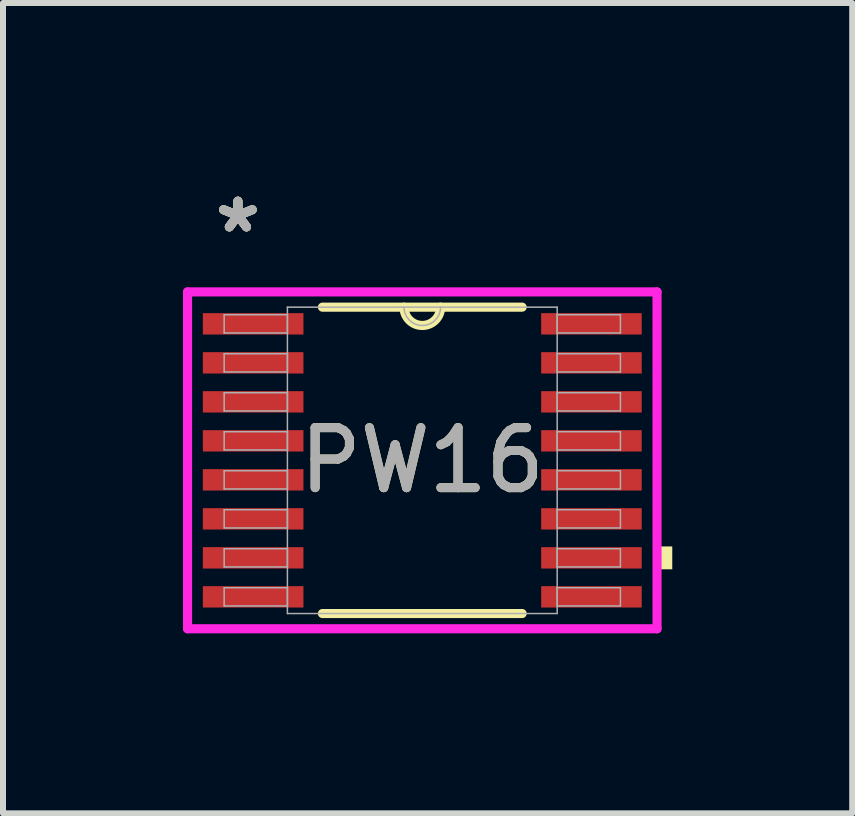
<source format=kicad_pcb>
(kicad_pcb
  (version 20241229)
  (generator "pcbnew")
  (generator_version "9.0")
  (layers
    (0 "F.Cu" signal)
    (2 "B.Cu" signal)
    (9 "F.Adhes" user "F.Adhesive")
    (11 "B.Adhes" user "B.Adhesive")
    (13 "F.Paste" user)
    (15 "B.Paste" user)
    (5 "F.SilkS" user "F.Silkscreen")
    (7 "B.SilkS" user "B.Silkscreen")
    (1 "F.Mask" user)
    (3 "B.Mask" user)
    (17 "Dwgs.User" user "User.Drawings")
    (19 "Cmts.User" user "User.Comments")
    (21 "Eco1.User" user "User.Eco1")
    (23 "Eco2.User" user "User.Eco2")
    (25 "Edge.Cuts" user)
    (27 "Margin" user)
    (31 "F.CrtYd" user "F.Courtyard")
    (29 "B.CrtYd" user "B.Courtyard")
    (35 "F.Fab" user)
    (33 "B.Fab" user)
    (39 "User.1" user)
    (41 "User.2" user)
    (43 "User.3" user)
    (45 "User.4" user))
  (footprint "PW16"
    (layer "F.Cu")
    (at 3.988 4.622)
    (property "Reference" "PW16" (at 0 0 0) (unlocked yes) (layer "F.SilkS") (effects (font (size 1 1) (thickness 0.15))))
    (attr smd)
    (fp_line (start -1.664 2.553) (end 1.664 2.553) (stroke (width 0.152) (type solid)) (layer "F.SilkS"))
    (fp_line (start 1.664 -2.553) (end -1.664 -2.553) (stroke (width 0.152) (type solid)) (layer "F.SilkS"))
    (fp_arc (start 0.3048 -2.5527) (mid 0 -2.2479) (end -0.3048 -2.5527) (stroke (width 0.1524) (type solid)) (layer "F.SilkS"))
    (fp_poly (pts (xy 4.166 1.435) (xy 4.166 1.816) (xy 3.912 1.816) (xy 3.912 1.435)) (stroke (width 0) (type solid)) (fill yes) (layer "F.SilkS"))
    (fp_line (start -3.912 -2.807) (end 3.912 -2.807) (stroke (width 0.152) (type solid)) (layer "F.CrtYd"))
    (fp_line (start -3.912 2.807) (end -3.912 -2.807) (stroke (width 0.152) (type solid)) (layer "F.CrtYd"))
    (fp_line (start 3.912 -2.807) (end 3.912 2.807) (stroke (width 0.152) (type solid)) (layer "F.CrtYd"))
    (fp_line (start 3.912 2.807) (end -3.912 2.807) (stroke (width 0.152) (type solid)) (layer "F.CrtYd"))
    (fp_line (start -3.302 -2.427) (end -3.302 -2.123) (stroke (width 0.025) (type solid)) (layer "F.Fab"))
    (fp_line (start -3.302 -2.123) (end -2.248 -2.123) (stroke (width 0.025) (type solid)) (layer "F.Fab"))
    (fp_line (start -3.302 -1.777) (end -3.302 -1.473) (stroke (width 0.025) (type solid)) (layer "F.Fab"))
    (fp_line (start -3.302 -1.473) (end -2.248 -1.473) (stroke (width 0.025) (type solid)) (layer "F.Fab"))
    (fp_line (start -3.302 -1.127) (end -3.302 -0.823) (stroke (width 0.025) (type solid)) (layer "F.Fab"))
    (fp_line (start -3.302 -0.823) (end -2.248 -0.823) (stroke (width 0.025) (type solid)) (layer "F.Fab"))
    (fp_line (start -3.302 -0.477) (end -3.302 -0.173) (stroke (width 0.025) (type solid)) (layer "F.Fab"))
    (fp_line (start -3.302 -0.173) (end -2.248 -0.173) (stroke (width 0.025) (type solid)) (layer "F.Fab"))
    (fp_line (start -3.302 0.173) (end -3.302 0.477) (stroke (width 0.025) (type solid)) (layer "F.Fab"))
    (fp_line (start -3.302 0.477) (end -2.248 0.477) (stroke (width 0.025) (type solid)) (layer "F.Fab"))
    (fp_line (start -3.302 0.823) (end -3.302 1.127) (stroke (width 0.025) (type solid)) (layer "F.Fab"))
    (fp_line (start -3.302 1.127) (end -2.248 1.127) (stroke (width 0.025) (type solid)) (layer "F.Fab"))
    (fp_line (start -3.302 1.473) (end -3.302 1.777) (stroke (width 0.025) (type solid)) (layer "F.Fab"))
    (fp_line (start -3.302 1.777) (end -2.248 1.777) (stroke (width 0.025) (type solid)) (layer "F.Fab"))
    (fp_line (start -3.302 2.123) (end -3.302 2.427) (stroke (width 0.025) (type solid)) (layer "F.Fab"))
    (fp_line (start -3.302 2.427) (end -2.248 2.427) (stroke (width 0.025) (type solid)) (layer "F.Fab"))
    (fp_line (start -2.248 -2.553) (end -2.248 2.553) (stroke (width 0.025) (type solid)) (layer "F.Fab"))
    (fp_line (start -2.248 -2.427) (end -3.302 -2.427) (stroke (width 0.025) (type solid)) (layer "F.Fab"))
    (fp_line (start -2.248 -2.123) (end -2.248 -2.427) (stroke (width 0.025) (type solid)) (layer "F.Fab"))
    (fp_line (start -2.248 -1.777) (end -3.302 -1.777) (stroke (width 0.025) (type solid)) (layer "F.Fab"))
    (fp_line (start -2.248 -1.473) (end -2.248 -1.777) (stroke (width 0.025) (type solid)) (layer "F.Fab"))
    (fp_line (start -2.248 -1.127) (end -3.302 -1.127) (stroke (width 0.025) (type solid)) (layer "F.Fab"))
    (fp_line (start -2.248 -0.823) (end -2.248 -1.127) (stroke (width 0.025) (type solid)) (layer "F.Fab"))
    (fp_line (start -2.248 -0.477) (end -3.302 -0.477) (stroke (width 0.025) (type solid)) (layer "F.Fab"))
    (fp_line (start -2.248 -0.173) (end -2.248 -0.477) (stroke (width 0.025) (type solid)) (layer "F.Fab"))
    (fp_line (start -2.248 0.173) (end -3.302 0.173) (stroke (width 0.025) (type solid)) (layer "F.Fab"))
    (fp_line (start -2.248 0.477) (end -2.248 0.173) (stroke (width 0.025) (type solid)) (layer "F.Fab"))
    (fp_line (start -2.248 0.823) (end -3.302 0.823) (stroke (width 0.025) (type solid)) (layer "F.Fab"))
    (fp_line (start -2.248 1.127) (end -2.248 0.823) (stroke (width 0.025) (type solid)) (layer "F.Fab"))
    (fp_line (start -2.248 1.473) (end -3.302 1.473) (stroke (width 0.025) (type solid)) (layer "F.Fab"))
    (fp_line (start -2.248 1.777) (end -2.248 1.473) (stroke (width 0.025) (type solid)) (layer "F.Fab"))
    (fp_line (start -2.248 2.123) (end -3.302 2.123) (stroke (width 0.025) (type solid)) (layer "F.Fab"))
    (fp_line (start -2.248 2.427) (end -2.248 2.123) (stroke (width 0.025) (type solid)) (layer "F.Fab"))
    (fp_line (start -2.248 2.553) (end 2.248 2.553) (stroke (width 0.025) (type solid)) (layer "F.Fab"))
    (fp_line (start 2.248 -2.553) (end -2.248 -2.553) (stroke (width 0.025) (type solid)) (layer "F.Fab"))
    (fp_line (start 2.248 -2.427) (end 2.248 -2.123) (stroke (width 0.025) (type solid)) (layer "F.Fab"))
    (fp_line (start 2.248 -2.123) (end 3.302 -2.123) (stroke (width 0.025) (type solid)) (layer "F.Fab"))
    (fp_line (start 2.248 -1.777) (end 2.248 -1.473) (stroke (width 0.025) (type solid)) (layer "F.Fab"))
    (fp_line (start 2.248 -1.473) (end 3.302 -1.473) (stroke (width 0.025) (type solid)) (layer "F.Fab"))
    (fp_line (start 2.248 -1.127) (end 2.248 -0.823) (stroke (width 0.025) (type solid)) (layer "F.Fab"))
    (fp_line (start 2.248 -0.823) (end 3.302 -0.823) (stroke (width 0.025) (type solid)) (layer "F.Fab"))
    (fp_line (start 2.248 -0.477) (end 2.248 -0.173) (stroke (width 0.025) (type solid)) (layer "F.Fab"))
    (fp_line (start 2.248 -0.173) (end 3.302 -0.173) (stroke (width 0.025) (type solid)) (layer "F.Fab"))
    (fp_line (start 2.248 0.173) (end 2.248 0.477) (stroke (width 0.025) (type solid)) (layer "F.Fab"))
    (fp_line (start 2.248 0.477) (end 3.302 0.477) (stroke (width 0.025) (type solid)) (layer "F.Fab"))
    (fp_line (start 2.248 0.823) (end 2.248 1.127) (stroke (width 0.025) (type solid)) (layer "F.Fab"))
    (fp_line (start 2.248 1.127) (end 3.302 1.127) (stroke (width 0.025) (type solid)) (layer "F.Fab"))
    (fp_line (start 2.248 1.473) (end 2.248 1.777) (stroke (width 0.025) (type solid)) (layer "F.Fab"))
    (fp_line (start 2.248 1.777) (end 3.302 1.777) (stroke (width 0.025) (type solid)) (layer "F.Fab"))
    (fp_line (start 2.248 2.123) (end 2.248 2.427) (stroke (width 0.025) (type solid)) (layer "F.Fab"))
    (fp_line (start 2.248 2.427) (end 3.302 2.427) (stroke (width 0.025) (type solid)) (layer "F.Fab"))
    (fp_line (start 2.248 2.553) (end 2.248 -2.553) (stroke (width 0.025) (type solid)) (layer "F.Fab"))
    (fp_line (start 3.302 -2.427) (end 2.248 -2.427) (stroke (width 0.025) (type solid)) (layer "F.Fab"))
    (fp_line (start 3.302 -2.123) (end 3.302 -2.427) (stroke (width 0.025) (type solid)) (layer "F.Fab"))
    (fp_line (start 3.302 -1.777) (end 2.248 -1.777) (stroke (width 0.025) (type solid)) (layer "F.Fab"))
    (fp_line (start 3.302 -1.473) (end 3.302 -1.777) (stroke (width 0.025) (type solid)) (layer "F.Fab"))
    (fp_line (start 3.302 -1.127) (end 2.248 -1.127) (stroke (width 0.025) (type solid)) (layer "F.Fab"))
    (fp_line (start 3.302 -0.823) (end 3.302 -1.127) (stroke (width 0.025) (type solid)) (layer "F.Fab"))
    (fp_line (start 3.302 -0.477) (end 2.248 -0.477) (stroke (width 0.025) (type solid)) (layer "F.Fab"))
    (fp_line (start 3.302 -0.173) (end 3.302 -0.477) (stroke (width 0.025) (type solid)) (layer "F.Fab"))
    (fp_line (start 3.302 0.173) (end 2.248 0.173) (stroke (width 0.025) (type solid)) (layer "F.Fab"))
    (fp_line (start 3.302 0.477) (end 3.302 0.173) (stroke (width 0.025) (type solid)) (layer "F.Fab"))
    (fp_line (start 3.302 0.823) (end 2.248 0.823) (stroke (width 0.025) (type solid)) (layer "F.Fab"))
    (fp_line (start 3.302 1.127) (end 3.302 0.823) (stroke (width 0.025) (type solid)) (layer "F.Fab"))
    (fp_line (start 3.302 1.473) (end 2.248 1.473) (stroke (width 0.025) (type solid)) (layer "F.Fab"))
    (fp_line (start 3.302 1.777) (end 3.302 1.473) (stroke (width 0.025) (type solid)) (layer "F.Fab"))
    (fp_line (start 3.302 2.123) (end 2.248 2.123) (stroke (width 0.025) (type solid)) (layer "F.Fab"))
    (fp_line (start 3.302 2.427) (end 3.302 2.123) (stroke (width 0.025) (type solid)) (layer "F.Fab"))
    (fp_arc (start 0.3048 -2.5527) (mid 0 -2.2479) (end -0.3048 -2.5527) (stroke (width 0.0254) (type solid)) (layer "F.Fab"))
    (fp_text user "*" (at -3.073 -3.774 0) (unlocked yes) (layer "F.SilkS") (effects (font (size 1 1) (thickness 0.15))))
    (fp_text user "*" (at -3.073 -3.774 0) (layer "F.SilkS") (effects (font (size 1 1) (thickness 0.15))))
    (fp_text user "*" (at -3.073 -3.774 0) (layer "F.Fab") (effects (font (size 1 1) (thickness 0.15))))
    (fp_text user "*" (at -3.073 -3.774 0) (unlocked yes) (layer "F.Fab") (effects (font (size 1 1) (thickness 0.15))))
    (fp_text user "${REFERENCE}" (at 0 0 0) (unlocked yes) (layer "F.Fab") (effects (font (size 1 1) (thickness 0.15))))
    (pad "1" smd rect (at -2.819 -2.275) (size 1.676 0.356) (layers "F.Cu" "F.Mask" "F.Paste"))
    (pad "2" smd rect (at -2.819 -1.625) (size 1.676 0.356) (layers "F.Cu" "F.Mask" "F.Paste"))
    (pad "3" smd rect (at -2.819 -0.975) (size 1.676 0.356) (layers "F.Cu" "F.Mask" "F.Paste"))
    (pad "4" smd rect (at -2.819 -0.325) (size 1.676 0.356) (layers "F.Cu" "F.Mask" "F.Paste"))
    (pad "5" smd rect (at -2.819 0.325) (size 1.676 0.356) (layers "F.Cu" "F.Mask" "F.Paste"))
    (pad "6" smd rect (at -2.819 0.975) (size 1.676 0.356) (layers "F.Cu" "F.Mask" "F.Paste"))
    (pad "7" smd rect (at -2.819 1.625) (size 1.676 0.356) (layers "F.Cu" "F.Mask" "F.Paste"))
    (pad "8" smd rect (at -2.819 2.275) (size 1.676 0.356) (layers "F.Cu" "F.Mask" "F.Paste"))
    (pad "9" smd rect (at 2.819 2.275) (size 1.676 0.356) (layers "F.Cu" "F.Mask" "F.Paste"))
    (pad "10" smd rect (at 2.819 1.625) (size 1.676 0.356) (layers "F.Cu" "F.Mask" "F.Paste"))
    (pad "11" smd rect (at 2.819 0.975) (size 1.676 0.356) (layers "F.Cu" "F.Mask" "F.Paste"))
    (pad "12" smd rect (at 2.819 0.325) (size 1.676 0.356) (layers "F.Cu" "F.Mask" "F.Paste"))
    (pad "13" smd rect (at 2.819 -0.325) (size 1.676 0.356) (layers "F.Cu" "F.Mask" "F.Paste"))
    (pad "14" smd rect (at 2.819 -0.975) (size 1.676 0.356) (layers "F.Cu" "F.Mask" "F.Paste"))
    (pad "15" smd rect (at 2.819 -1.625) (size 1.676 0.356) (layers "F.Cu" "F.Mask" "F.Paste"))
    (pad "16" smd rect (at 2.819 -2.275) (size 1.676 0.356) (layers "F.Cu" "F.Mask" "F.Paste")))
  (gr_rect
    (start -3 -3)
    (end 11.153 10.505)
    (stroke (width 0.1) (type default))
    (fill no)
    (layer "Edge.Cuts")))
</source>
